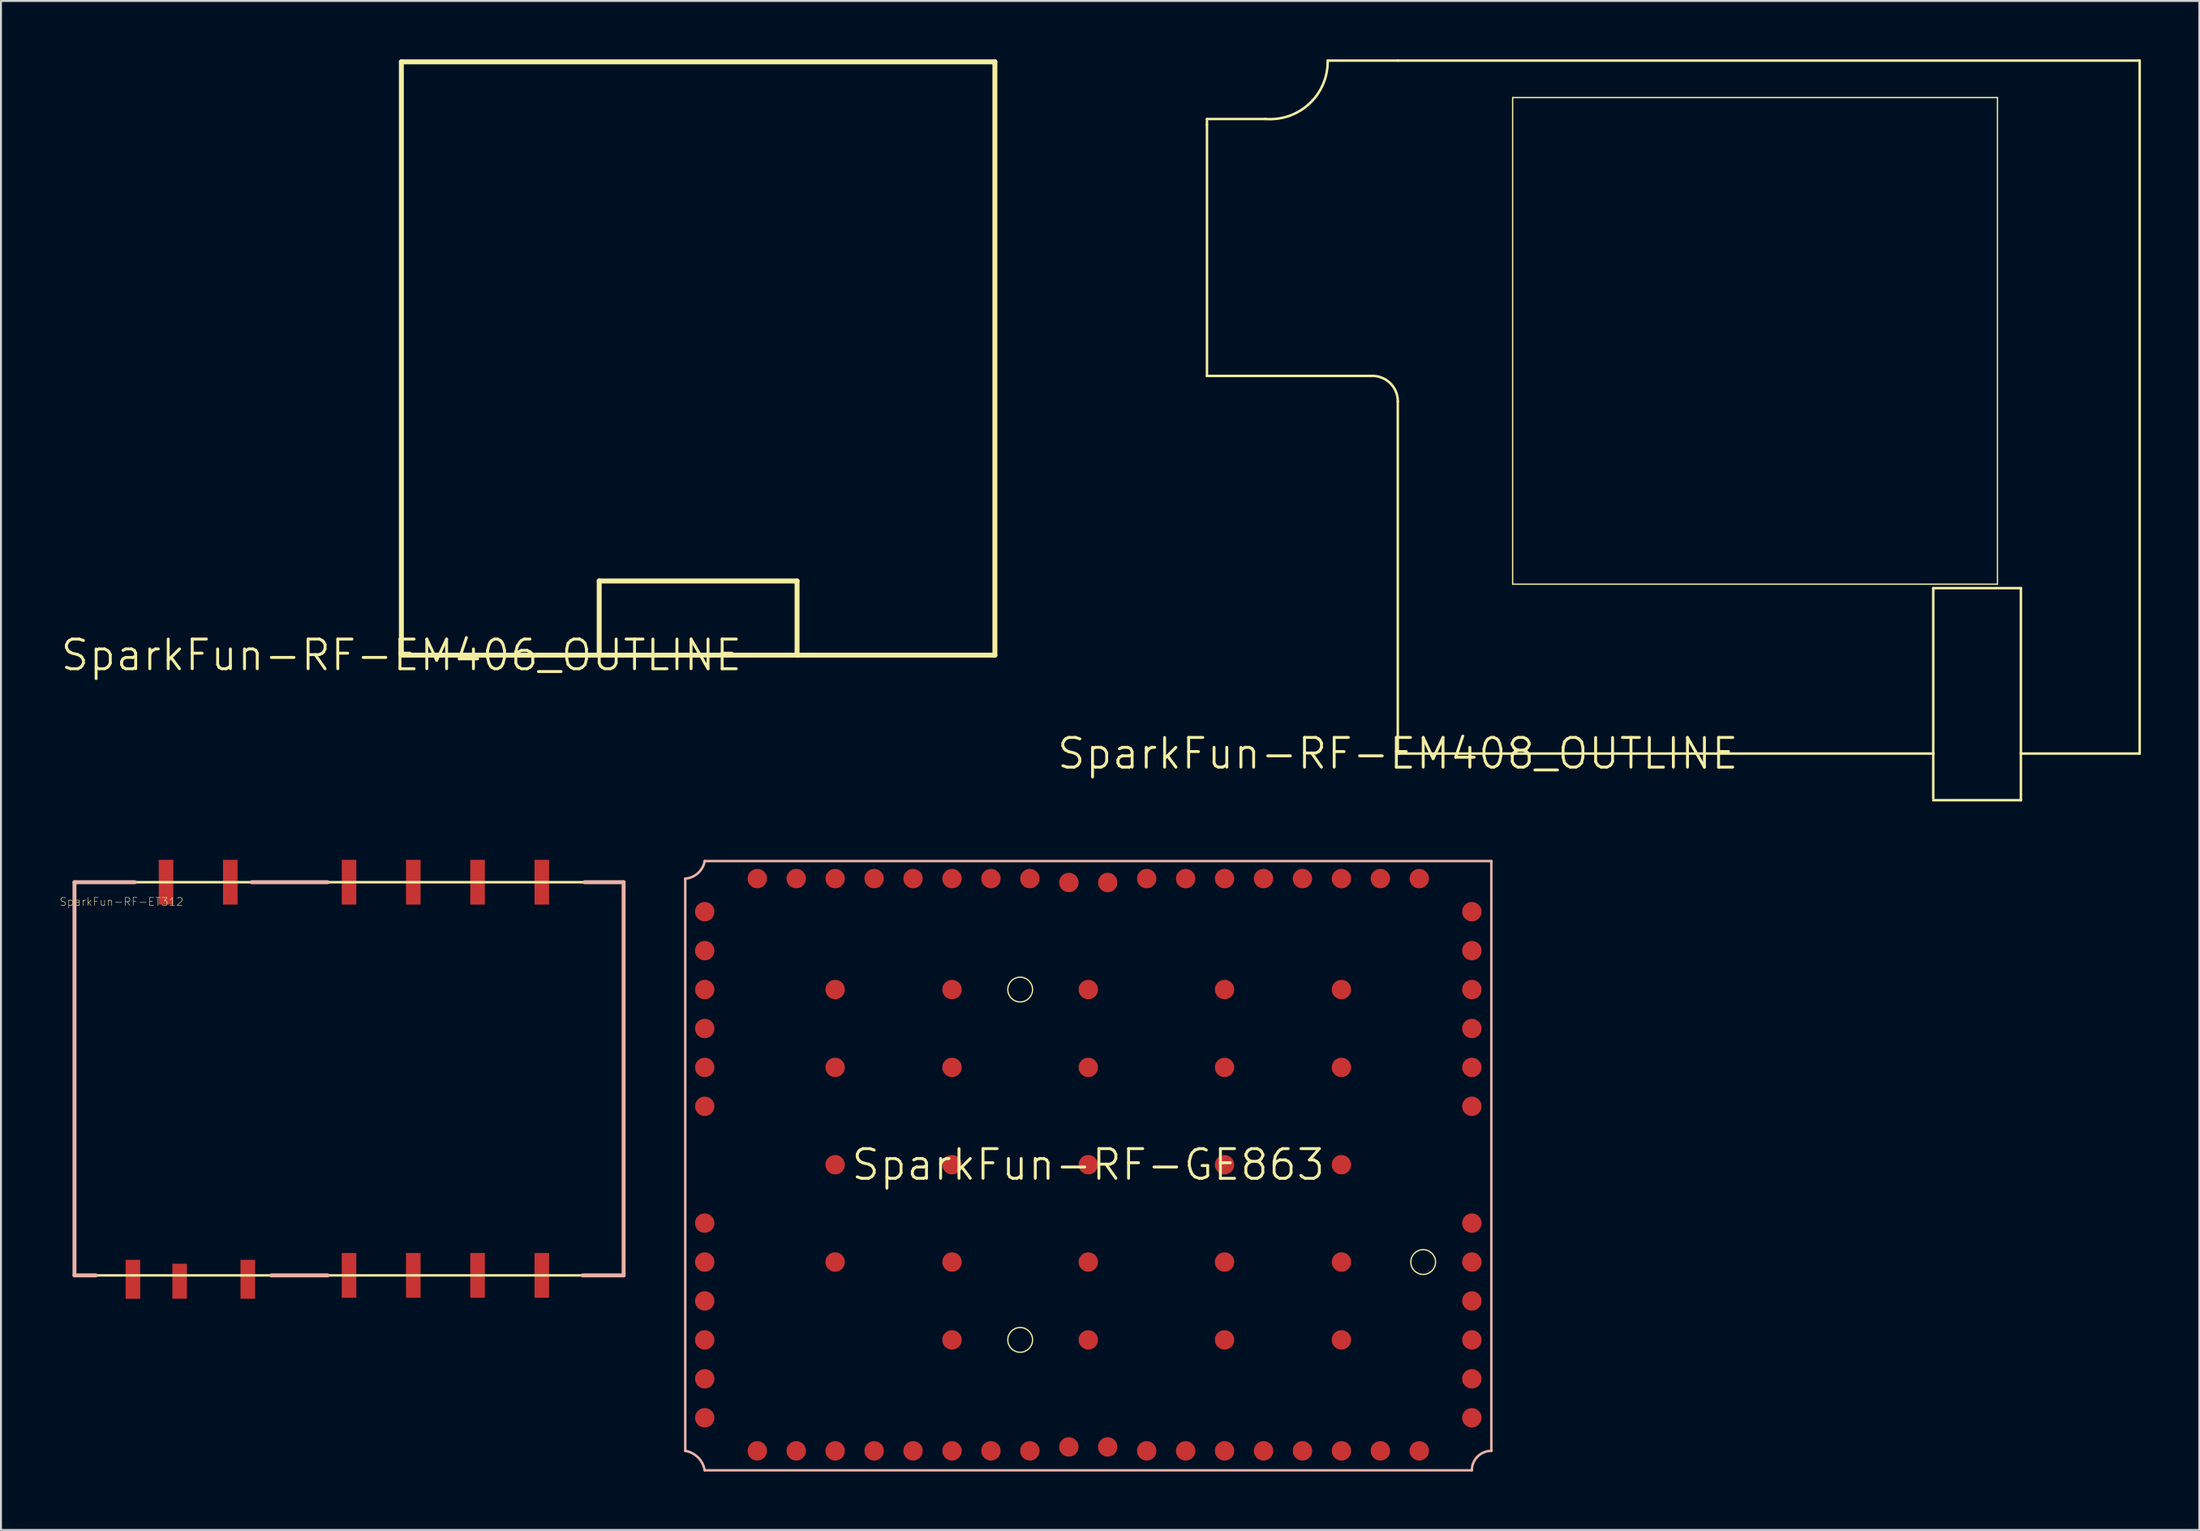
<source format=kicad_pcb>
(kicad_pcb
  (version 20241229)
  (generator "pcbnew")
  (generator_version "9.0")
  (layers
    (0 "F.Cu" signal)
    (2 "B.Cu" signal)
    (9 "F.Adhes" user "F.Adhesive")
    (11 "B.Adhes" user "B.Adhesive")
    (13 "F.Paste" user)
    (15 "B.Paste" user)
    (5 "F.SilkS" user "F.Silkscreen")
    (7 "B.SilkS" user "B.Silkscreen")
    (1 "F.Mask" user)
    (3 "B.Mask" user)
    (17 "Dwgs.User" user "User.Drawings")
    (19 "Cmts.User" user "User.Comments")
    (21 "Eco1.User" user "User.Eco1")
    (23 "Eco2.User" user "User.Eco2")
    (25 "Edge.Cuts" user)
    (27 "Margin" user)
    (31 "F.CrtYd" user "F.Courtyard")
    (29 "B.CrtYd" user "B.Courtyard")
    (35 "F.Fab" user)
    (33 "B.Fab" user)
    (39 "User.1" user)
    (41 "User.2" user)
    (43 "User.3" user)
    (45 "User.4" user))
  (footprint "SparkFun-RF-GE863"
    (layer "F.Cu")
    (at 52.838 56.785)
    (property "Reference" "SparkFun-RF-GE863" (at 0 0 0) (layer "F.SilkS") (effects (font (size 1.524 1.524) (thickness 0.15))))
    (attr smd)
    (fp_circle (center -3.498 -8.999) (end -3.947 -9.449) (stroke (width 0.064) (type solid)) (fill no) (layer "F.SilkS"))
    (fp_circle (center -3.498 8.999) (end -3.947 9.449) (stroke (width 0.064) (type solid)) (fill no) (layer "F.SilkS"))
    (fp_circle (center 17.198 4.999) (end 17.648 5.448) (stroke (width 0.064) (type solid)) (fill no) (layer "F.SilkS"))
    (fp_line (start -20.698 -14.699) (end -20.698 14.699) (stroke (width 0.127) (type solid)) (layer "B.SilkS"))
    (fp_line (start -19.698 -15.598) (end 20.698 -15.598) (stroke (width 0.127) (type solid)) (layer "B.SilkS"))
    (fp_line (start -19.698 15.7) (end 19.698 15.7) (stroke (width 0.127) (type solid)) (layer "B.SilkS"))
    (fp_line (start 20.698 -15.598) (end 20.698 14.699) (stroke (width 0.127) (type solid)) (layer "B.SilkS"))
    (fp_arc (start -20.69846 14.69898) (mid -20.039566 15.038357) (end -19.700228 15.697271) (stroke (width 0.127) (type solid)) (layer "B.SilkS"))
    (fp_arc (start -19.6977 -15.59814) (mid -20.045221 -14.977163) (end -20.699199 -14.696637) (stroke (width 0.127) (type solid)) (layer "B.SilkS"))
    (fp_arc (start 19.6977 15.69974) (mid 19.990816 14.992096) (end 20.69846 14.69898) (stroke (width 0.127) (type solid)) (layer "B.SilkS"))
    (pad "1" smd circle (at 16.998 -14.699) (size 0.998 0.998) (layers "F.Cu" "F.Mask" "F.Paste"))
    (pad "2" smd circle (at 14.999 -14.699) (size 0.998 0.998) (layers "F.Cu" "F.Mask" "F.Paste"))
    (pad "3" smd circle (at 13 -14.699) (size 0.998 0.998) (layers "F.Cu" "F.Mask" "F.Paste"))
    (pad "4" smd circle (at 10.998 -14.699) (size 0.998 0.998) (layers "F.Cu" "F.Mask" "F.Paste"))
    (pad "5" smd circle (at 8.999 -14.699) (size 0.998 0.998) (layers "F.Cu" "F.Mask" "F.Paste"))
    (pad "6" smd circle (at 6.998 -14.699) (size 0.998 0.998) (layers "F.Cu" "F.Mask" "F.Paste"))
    (pad "7" smd circle (at 4.999 -14.699) (size 0.998 0.998) (layers "F.Cu" "F.Mask" "F.Paste"))
    (pad "8" smd circle (at 3 -14.699) (size 0.998 0.998) (layers "F.Cu" "F.Mask" "F.Paste"))
    (pad "9" smd circle (at -3 -14.699) (size 0.998 0.998) (layers "F.Cu" "F.Mask" "F.Paste"))
    (pad "10" smd circle (at -4.999 -14.699) (size 0.998 0.998) (layers "F.Cu" "F.Mask" "F.Paste"))
    (pad "11" smd circle (at -6.998 -14.699) (size 0.998 0.998) (layers "F.Cu" "F.Mask" "F.Paste"))
    (pad "12" smd circle (at -8.999 -14.699) (size 0.998 0.998) (layers "F.Cu" "F.Mask" "F.Paste"))
    (pad "13" smd circle (at -10.998 -14.699) (size 0.998 0.998) (layers "F.Cu" "F.Mask" "F.Paste"))
    (pad "14" smd circle (at -13 -14.699) (size 0.998 0.998) (layers "F.Cu" "F.Mask" "F.Paste"))
    (pad "15" smd circle (at -14.999 -14.699) (size 0.998 0.998) (layers "F.Cu" "F.Mask" "F.Paste"))
    (pad "16" smd circle (at -16.998 -14.699) (size 0.998 0.998) (layers "F.Cu" "F.Mask" "F.Paste"))
    (pad "17" smd circle (at -19.698 -13) (size 0.998 0.998) (layers "F.Cu" "F.Mask" "F.Paste"))
    (pad "18" smd circle (at -19.698 -10.998) (size 0.998 0.998) (layers "F.Cu" "F.Mask" "F.Paste"))
    (pad "19" smd circle (at -19.698 -8.999) (size 0.998 0.998) (layers "F.Cu" "F.Mask" "F.Paste"))
    (pad "20" smd circle (at -19.698 -6.998) (size 0.998 0.998) (layers "F.Cu" "F.Mask" "F.Paste"))
    (pad "21" smd circle (at -19.698 -4.999) (size 0.998 0.998) (layers "F.Cu" "F.Mask" "F.Paste"))
    (pad "22" smd circle (at -19.698 -3) (size 0.998 0.998) (layers "F.Cu" "F.Mask" "F.Paste"))
    (pad "23" smd circle (at -19.698 3) (size 0.998 0.998) (layers "F.Cu" "F.Mask" "F.Paste"))
    (pad "24" smd circle (at -19.698 4.999) (size 0.998 0.998) (layers "F.Cu" "F.Mask" "F.Paste"))
    (pad "25" smd circle (at -19.698 6.998) (size 0.998 0.998) (layers "F.Cu" "F.Mask" "F.Paste"))
    (pad "26" smd circle (at -19.698 8.999) (size 0.998 0.998) (layers "F.Cu" "F.Mask" "F.Paste"))
    (pad "27" smd circle (at -19.698 10.998) (size 0.998 0.998) (layers "F.Cu" "F.Mask" "F.Paste"))
    (pad "28" smd circle (at -19.698 13) (size 0.998 0.998) (layers "F.Cu" "F.Mask" "F.Paste"))
    (pad "29" smd circle (at -16.998 14.699) (size 0.998 0.998) (layers "F.Cu" "F.Mask" "F.Paste"))
    (pad "30" smd circle (at -14.999 14.699) (size 0.998 0.998) (layers "F.Cu" "F.Mask" "F.Paste"))
    (pad "31" smd circle (at -13 14.699) (size 0.998 0.998) (layers "F.Cu" "F.Mask" "F.Paste"))
    (pad "32" smd circle (at -10.998 14.699) (size 0.998 0.998) (layers "F.Cu" "F.Mask" "F.Paste"))
    (pad "33" smd circle (at -8.999 14.699) (size 0.998 0.998) (layers "F.Cu" "F.Mask" "F.Paste"))
    (pad "34" smd circle (at -6.998 14.699) (size 0.998 0.998) (layers "F.Cu" "F.Mask" "F.Paste"))
    (pad "35" smd circle (at -4.999 14.699) (size 0.998 0.998) (layers "F.Cu" "F.Mask" "F.Paste"))
    (pad "36" smd circle (at -3 14.699) (size 0.998 0.998) (layers "F.Cu" "F.Mask" "F.Paste"))
    (pad "37" smd circle (at 3 14.699) (size 0.998 0.998) (layers "F.Cu" "F.Mask" "F.Paste"))
    (pad "38" smd circle (at 4.999 14.699) (size 0.998 0.998) (layers "F.Cu" "F.Mask" "F.Paste"))
    (pad "39" smd circle (at 6.998 14.699) (size 0.998 0.998) (layers "F.Cu" "F.Mask" "F.Paste"))
    (pad "40" smd circle (at 8.999 14.699) (size 0.998 0.998) (layers "F.Cu" "F.Mask" "F.Paste"))
    (pad "41" smd circle (at 10.998 14.699) (size 0.998 0.998) (layers "F.Cu" "F.Mask" "F.Paste"))
    (pad "42" smd circle (at 13 14.699) (size 0.998 0.998) (layers "F.Cu" "F.Mask" "F.Paste"))
    (pad "43" smd circle (at 14.999 14.699) (size 0.998 0.998) (layers "F.Cu" "F.Mask" "F.Paste"))
    (pad "44" smd circle (at 16.998 14.699) (size 0.998 0.998) (layers "F.Cu" "F.Mask" "F.Paste"))
    (pad "45" smd circle (at 19.698 13) (size 0.998 0.998) (layers "F.Cu" "F.Mask" "F.Paste"))
    (pad "46" smd circle (at 19.698 10.998) (size 0.998 0.998) (layers "F.Cu" "F.Mask" "F.Paste"))
    (pad "47" smd circle (at 19.698 8.999) (size 0.998 0.998) (layers "F.Cu" "F.Mask" "F.Paste"))
    (pad "48" smd circle (at 19.698 6.998) (size 0.998 0.998) (layers "F.Cu" "F.Mask" "F.Paste"))
    (pad "49" smd circle (at 19.698 4.999) (size 0.998 0.998) (layers "F.Cu" "F.Mask" "F.Paste"))
    (pad "50" smd circle (at 19.698 3) (size 0.998 0.998) (layers "F.Cu" "F.Mask" "F.Paste"))
    (pad "51" smd circle (at 19.698 -3) (size 0.998 0.998) (layers "F.Cu" "F.Mask" "F.Paste"))
    (pad "52" smd circle (at 19.698 -4.999) (size 0.998 0.998) (layers "F.Cu" "F.Mask" "F.Paste"))
    (pad "53" smd circle (at 19.698 -6.998) (size 0.998 0.998) (layers "F.Cu" "F.Mask" "F.Paste"))
    (pad "54" smd circle (at 19.698 -8.999) (size 0.998 0.998) (layers "F.Cu" "F.Mask" "F.Paste"))
    (pad "55" smd circle (at 19.698 -10.998) (size 0.998 0.998) (layers "F.Cu" "F.Mask" "F.Paste"))
    (pad "56" smd circle (at 19.698 -13) (size 0.998 0.998) (layers "F.Cu" "F.Mask" "F.Paste"))
    (pad "57" smd circle (at 13 -8.999) (size 0.998 0.998) (layers "F.Cu" "F.Mask" "F.Paste"))
    (pad "58" smd circle (at 6.998 -8.999) (size 0.998 0.998) (layers "F.Cu" "F.Mask" "F.Paste"))
    (pad "59" smd circle (at 0 -8.999) (size 0.998 0.998) (layers "F.Cu" "F.Mask" "F.Paste"))
    (pad "60" smd circle (at -6.998 -8.999) (size 0.998 0.998) (layers "F.Cu" "F.Mask" "F.Paste"))
    (pad "61" smd circle (at -13 -8.999) (size 0.998 0.998) (layers "F.Cu" "F.Mask" "F.Paste"))
    (pad "62" smd circle (at 13 -4.999) (size 0.998 0.998) (layers "F.Cu" "F.Mask" "F.Paste"))
    (pad "63" smd circle (at 6.998 -4.999) (size 0.998 0.998) (layers "F.Cu" "F.Mask" "F.Paste"))
    (pad "64" smd circle (at 0 -4.999) (size 0.998 0.998) (layers "F.Cu" "F.Mask" "F.Paste"))
    (pad "65" smd circle (at -6.998 -4.999) (size 0.998 0.998) (layers "F.Cu" "F.Mask" "F.Paste"))
    (pad "66" smd circle (at -13 -4.999) (size 0.998 0.998) (layers "F.Cu" "F.Mask" "F.Paste"))
    (pad "67" smd circle (at 13 0) (size 0.998 0.998) (layers "F.Cu" "F.Mask" "F.Paste"))
    (pad "68" smd circle (at 6.998 0) (size 0.998 0.998) (layers "F.Cu" "F.Mask" "F.Paste"))
    (pad "69" smd circle (at 0 0) (size 0.998 0.998) (layers "F.Cu" "F.Mask" "F.Paste"))
    (pad "70" smd circle (at -6.998 0) (size 0.998 0.998) (layers "F.Cu" "F.Mask" "F.Paste"))
    (pad "71" smd circle (at -13 0) (size 0.998 0.998) (layers "F.Cu" "F.Mask" "F.Paste"))
    (pad "72" smd circle (at 13 4.999) (size 0.998 0.998) (layers "F.Cu" "F.Mask" "F.Paste"))
    (pad "73" smd circle (at 6.998 4.999) (size 0.998 0.998) (layers "F.Cu" "F.Mask" "F.Paste"))
    (pad "74" smd circle (at 0 4.999) (size 0.998 0.998) (layers "F.Cu" "F.Mask" "F.Paste"))
    (pad "75" smd circle (at -6.998 4.999) (size 0.998 0.998) (layers "F.Cu" "F.Mask" "F.Paste"))
    (pad "76" smd circle (at -13 4.999) (size 0.998 0.998) (layers "F.Cu" "F.Mask" "F.Paste"))
    (pad "77" smd circle (at 13 8.999) (size 0.998 0.998) (layers "F.Cu" "F.Mask" "F.Paste"))
    (pad "78" smd circle (at 6.998 8.999) (size 0.998 0.998) (layers "F.Cu" "F.Mask" "F.Paste"))
    (pad "79" smd circle (at 0 8.999) (size 0.998 0.998) (layers "F.Cu" "F.Mask" "F.Paste"))
    (pad "80" smd circle (at -6.998 8.999) (size 0.998 0.998) (layers "F.Cu" "F.Mask" "F.Paste"))
    (pad "81" smd circle (at 0.998 -14.498) (size 0.998 0.998) (layers "F.Cu" "F.Mask" "F.Paste"))
    (pad "82" smd circle (at -0.998 -14.498) (size 0.998 0.998) (layers "F.Cu" "F.Mask" "F.Paste"))
    (pad "83" smd circle (at -0.998 14.498) (size 0.998 0.998) (layers "F.Cu" "F.Mask" "F.Paste"))
    (pad "84" smd circle (at 0.998 14.498) (size 0.998 0.998) (layers "F.Cu" "F.Mask" "F.Paste")))
  (footprint "SparkFun-RF-EM408_OUTLINE"
    (layer "F.Cu")
    (at 68.732 35.662)
    (property "Reference" "SparkFun-RF-EM408_OUTLINE" (at 0 0 0) (layer "F.SilkS") (effects (font (size 1.524 1.524) (thickness 0.15))))
    (attr exclude_from_pos_files exclude_from_bom)
    (fp_line (start -9.799 -32.598) (end -9.799 -32.299) (stroke (width 0.127) (type solid)) (layer "F.SilkS"))
    (fp_line (start -9.799 -32.299) (end -9.799 -19.398) (stroke (width 0.127) (type solid)) (layer "F.SilkS"))
    (fp_line (start -9.799 -19.398) (end -1.4 -19.398) (stroke (width 0.127) (type solid)) (layer "F.SilkS"))
    (fp_line (start -6.8 -32.598) (end -9.799 -32.598) (stroke (width 0.127) (type solid)) (layer "F.SilkS"))
    (fp_line (start 0 -35.598) (end -3.599 -35.598) (stroke (width 0.127) (type solid)) (layer "F.SilkS"))
    (fp_line (start 0 -18.098) (end 0 0) (stroke (width 0.127) (type solid)) (layer "F.SilkS"))
    (fp_line (start 0 0) (end 27.498 0) (stroke (width 0.127) (type solid)) (layer "F.SilkS"))
    (fp_line (start 5.898 -33.698) (end 30.797 -33.698) (stroke (width 0.066) (type solid)) (layer "F.SilkS"))
    (fp_line (start 5.898 -8.7) (end 5.898 -33.698) (stroke (width 0.066) (type solid)) (layer "F.SilkS"))
    (fp_line (start 5.898 -8.7) (end 30.797 -8.7) (stroke (width 0.066) (type solid)) (layer "F.SilkS"))
    (fp_line (start 27.498 -8.499) (end 27.498 0) (stroke (width 0.127) (type solid)) (layer "F.SilkS"))
    (fp_line (start 27.498 0) (end 27.498 2.299) (stroke (width 0.127) (type solid)) (layer "F.SilkS"))
    (fp_line (start 27.498 2.398) (end 31.999 2.398) (stroke (width 0.127) (type solid)) (layer "F.SilkS"))
    (fp_line (start 30.797 -8.7) (end 30.797 -33.698) (stroke (width 0.066) (type solid)) (layer "F.SilkS"))
    (fp_line (start 31.999 -8.499) (end 27.498 -8.499) (stroke (width 0.127) (type solid)) (layer "F.SilkS"))
    (fp_line (start 31.999 0) (end 31.999 -8.499) (stroke (width 0.127) (type solid)) (layer "F.SilkS"))
    (fp_line (start 31.999 2.398) (end 31.999 0) (stroke (width 0.127) (type solid)) (layer "F.SilkS"))
    (fp_line (start 38.1 -35.598) (end 0 -35.598) (stroke (width 0.127) (type solid)) (layer "F.SilkS"))
    (fp_line (start 38.1 0) (end 31.999 0) (stroke (width 0.127) (type solid)) (layer "F.SilkS"))
    (fp_line (start 38.1 0) (end 38.1 -35.598) (stroke (width 0.127) (type solid)) (layer "F.SilkS"))
    (fp_arc (start -3.59918 -35.5981) (mid -4.53484 -33.390142) (end -6.799008 -32.600153) (stroke (width 0.127) (type solid)) (layer "F.SilkS"))
    (fp_arc (start -1.39954 -19.39798) (mid -0.416066 -19.053469) (end 0.001036 -18.098516) (stroke (width 0.127) (type solid)) (layer "F.SilkS")))
  (footprint "SparkFun-RF-ET312"
    (layer "F.Cu")
    (at 14.875 52.371)
    (property "Reference" "SparkFun-RF-ET312" (at -11.684 -9.093 0) (layer "F.SilkS") (effects (font (size 0.406 0.406) (thickness 0.025))))
    (attr smd)
    (fp_line (start -14.1 -10.099) (end 14.1 -10.099) (stroke (width 0.127) (type solid)) (layer "F.SilkS"))
    (fp_line (start -14.1 10.099) (end -14.1 -10.099) (stroke (width 0.127) (type solid)) (layer "F.SilkS"))
    (fp_line (start 14.1 -10.099) (end 14.1 10.099) (stroke (width 0.127) (type solid)) (layer "F.SilkS"))
    (fp_line (start 14.1 10.099) (end -14.1 10.099) (stroke (width 0.127) (type solid)) (layer "F.SilkS"))
    (fp_line (start -14.1 -10.099) (end -14.1 10.099) (stroke (width 0.203) (type solid)) (layer "B.SilkS"))
    (fp_line (start -14.1 10.099) (end -13 10.099) (stroke (width 0.203) (type solid)) (layer "B.SilkS"))
    (fp_line (start -10.998 -10.099) (end -14.1 -10.099) (stroke (width 0.203) (type solid)) (layer "B.SilkS"))
    (fp_line (start -4.999 -10.099) (end -1.1 -10.099) (stroke (width 0.203) (type solid)) (layer "B.SilkS"))
    (fp_line (start -3.998 10.099) (end -1.1 10.099) (stroke (width 0.203) (type solid)) (layer "B.SilkS"))
    (fp_line (start 11.999 10.099) (end 14.1 10.099) (stroke (width 0.203) (type solid)) (layer "B.SilkS"))
    (fp_line (start 14.1 -10.099) (end 12.098 -10.099) (stroke (width 0.203) (type solid)) (layer "B.SilkS"))
    (fp_line (start 14.1 10.099) (end 14.1 -10.099) (stroke (width 0.203) (type solid)) (layer "B.SilkS"))
    (pad "1" smd rect (at -9.398 -10.099) (size 0.749 2.299) (layers "F.Cu" "F.Mask" "F.Paste"))
    (pad "2" smd rect (at -6.099 -10.099) (size 0.749 2.299) (layers "F.Cu" "F.Mask" "F.Paste"))
    (pad "3" smd rect (at 0 -10.099) (size 0.749 2.299) (layers "F.Cu" "F.Mask" "F.Paste"))
    (pad "4" smd rect (at 3.299 -10.099) (size 0.749 2.299) (layers "F.Cu" "F.Mask" "F.Paste"))
    (pad "5" smd rect (at 6.599 -10.099) (size 0.749 2.299) (layers "F.Cu" "F.Mask" "F.Paste"))
    (pad "6" smd rect (at 9.898 -10.099) (size 0.749 2.299) (layers "F.Cu" "F.Mask" "F.Paste"))
    (pad "7" smd rect (at 9.898 10.099) (size 0.749 2.299) (layers "F.Cu" "F.Mask" "F.Paste"))
    (pad "8" smd rect (at 6.599 10.099) (size 0.749 2.299) (layers "F.Cu" "F.Mask" "F.Paste"))
    (pad "9" smd rect (at 3.299 10.099) (size 0.749 2.299) (layers "F.Cu" "F.Mask" "F.Paste"))
    (pad "10" smd rect (at 0 10.099) (size 0.749 2.299) (layers "F.Cu" "F.Mask" "F.Paste"))
    (pad "11" smd rect (at -5.199 10.3) (size 0.749 1.999) (layers "F.Cu" "F.Mask" "F.Paste"))
    (pad "12" smd rect (at -8.7 10.399) (size 0.749 1.798) (layers "F.Cu" "F.Mask" "F.Paste"))
    (pad "13" smd rect (at -11.1 10.3) (size 0.749 1.999) (layers "F.Cu" "F.Mask" "F.Paste")))
  (footprint "SparkFun-RF-EM406_OUTLINE"
    (layer "F.Cu")
    (at 17.562 30.607)
    (property "Reference" "SparkFun-RF-EM406_OUTLINE" (at 0 0 0) (layer "F.SilkS") (effects (font (size 1.524 1.524) (thickness 0.15))))
    (attr exclude_from_pos_files exclude_from_bom)
    (fp_line (start 0 -30.48) (end 30.48 -30.48) (stroke (width 0.254) (type solid)) (layer "F.SilkS"))
    (fp_line (start 0 0) (end 0 -30.48) (stroke (width 0.254) (type solid)) (layer "F.SilkS"))
    (fp_line (start 10.16 0) (end 0 0) (stroke (width 0.254) (type solid)) (layer "F.SilkS"))
    (fp_line (start 10.16 0) (end 10.16 -3.81) (stroke (width 0.254) (type solid)) (layer "F.SilkS"))
    (fp_line (start 20.32 -3.81) (end 10.16 -3.81) (stroke (width 0.254) (type solid)) (layer "F.SilkS"))
    (fp_line (start 20.32 0) (end 10.16 0) (stroke (width 0.254) (type solid)) (layer "F.SilkS"))
    (fp_line (start 20.32 0) (end 20.32 -3.81) (stroke (width 0.254) (type solid)) (layer "F.SilkS"))
    (fp_line (start 30.48 -30.48) (end 30.48 0) (stroke (width 0.254) (type solid)) (layer "F.SilkS"))
    (fp_line (start 30.48 0) (end 20.32 0) (stroke (width 0.254) (type solid)) (layer "F.SilkS")))
  (gr_rect
    (start -3 -3)
    (end 109.895 75.548)
    (stroke (width 0.1) (type default))
    (fill no)
    (layer "Edge.Cuts")))
</source>
